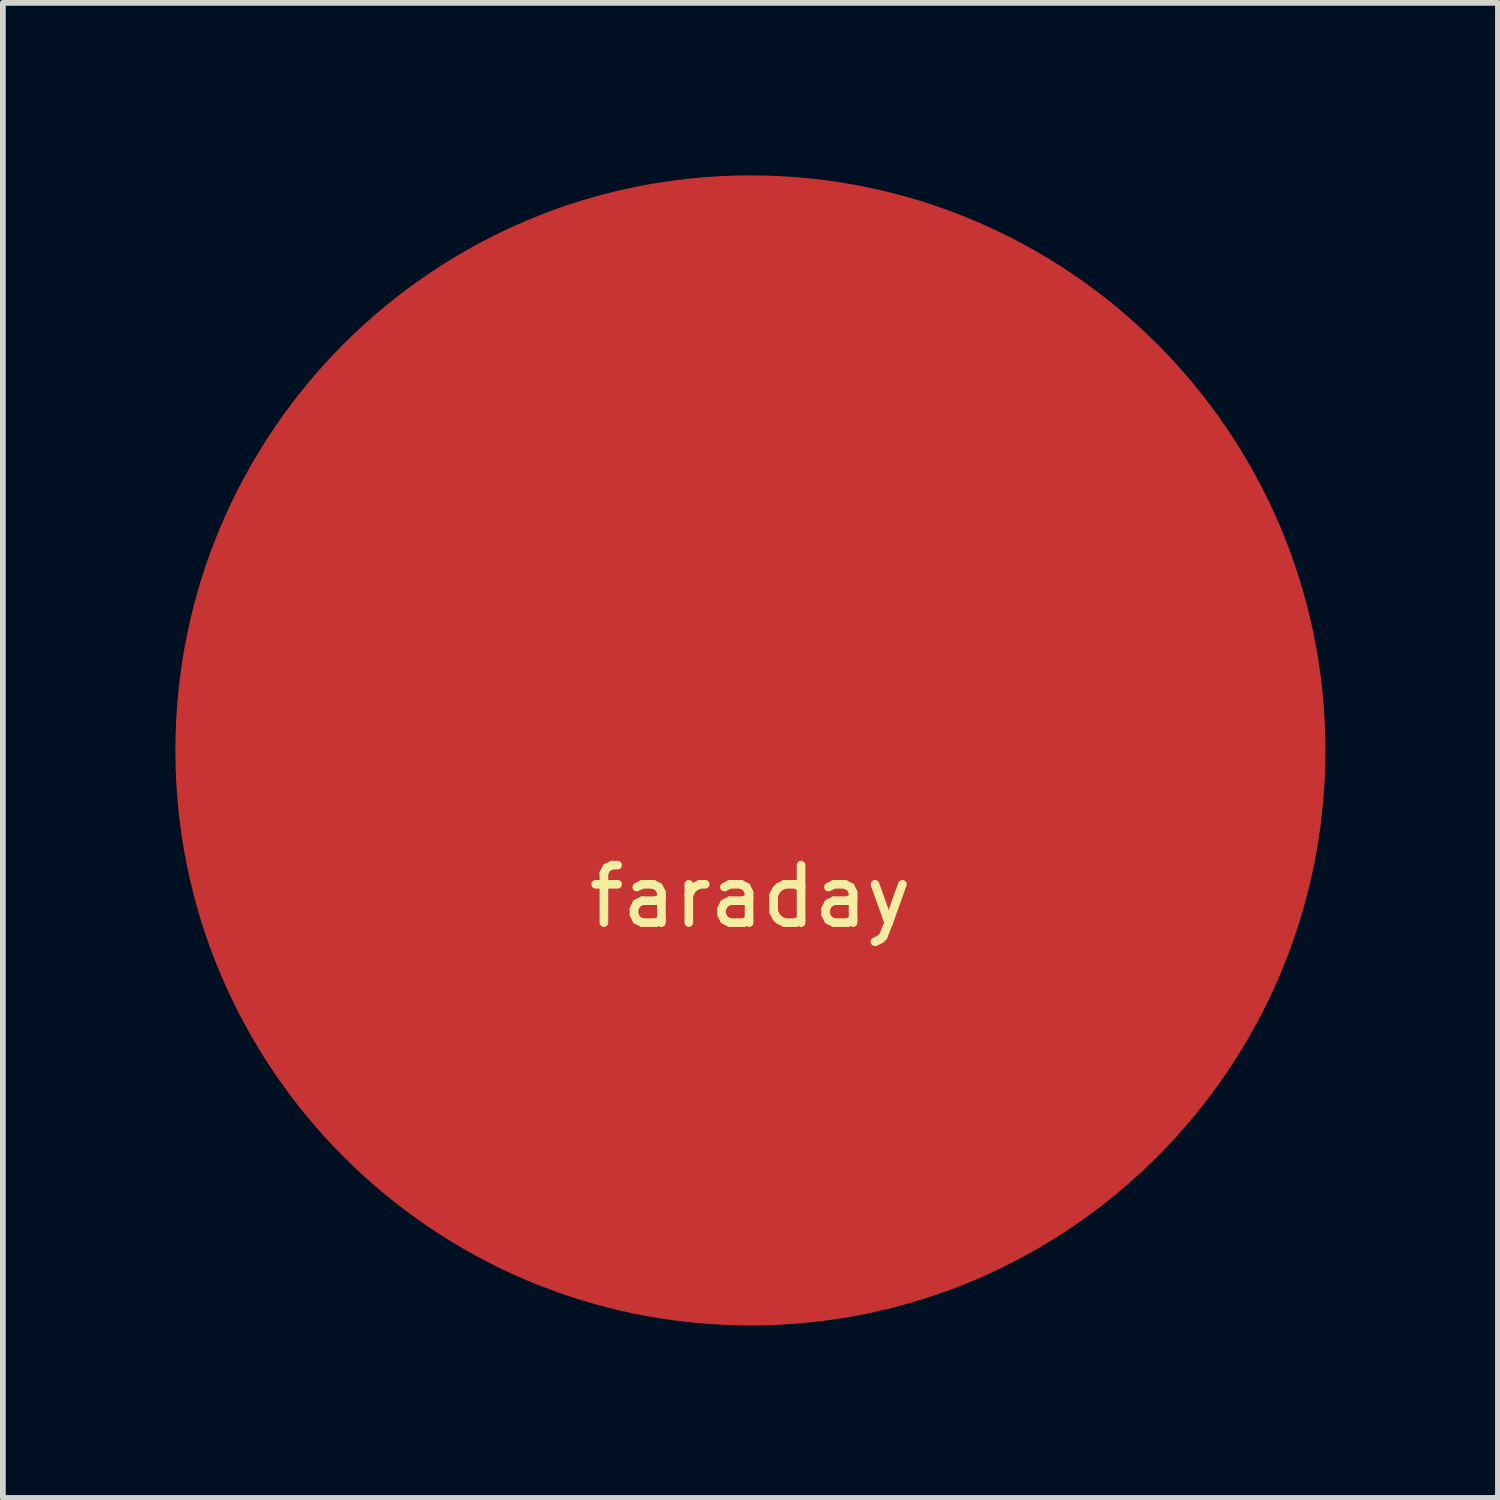
<source format=kicad_pcb>
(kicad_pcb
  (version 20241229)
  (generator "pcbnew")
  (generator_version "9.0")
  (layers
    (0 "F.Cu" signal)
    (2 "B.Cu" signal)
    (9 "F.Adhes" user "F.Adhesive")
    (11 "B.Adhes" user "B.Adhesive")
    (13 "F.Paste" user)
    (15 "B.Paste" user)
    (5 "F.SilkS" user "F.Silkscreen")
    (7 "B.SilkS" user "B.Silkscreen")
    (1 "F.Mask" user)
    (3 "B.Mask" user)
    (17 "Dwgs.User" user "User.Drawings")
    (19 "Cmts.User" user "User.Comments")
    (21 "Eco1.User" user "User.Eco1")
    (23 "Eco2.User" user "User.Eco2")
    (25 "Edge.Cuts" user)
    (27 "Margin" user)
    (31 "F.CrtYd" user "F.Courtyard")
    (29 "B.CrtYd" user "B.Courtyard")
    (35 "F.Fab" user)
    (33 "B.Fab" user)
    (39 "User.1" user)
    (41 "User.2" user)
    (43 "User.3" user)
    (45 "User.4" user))
  (footprint "faraday"
    (layer "F.Cu")
    (at 10 10)
    (property "Reference" "faraday" (at 0 2.54 0) (layer "F.SilkS") (effects (font (size 1 1) (thickness 0.15))))
    (attr through_hole)
    (pad "" connect circle (at 0 0) (size 20 20) (layers "F.Cu" "F.Mask")))
  (gr_rect
    (start -3 -3)
    (end 23 23)
    (stroke (width 0.1) (type default))
    (fill no)
    (layer "Edge.Cuts")))
</source>
